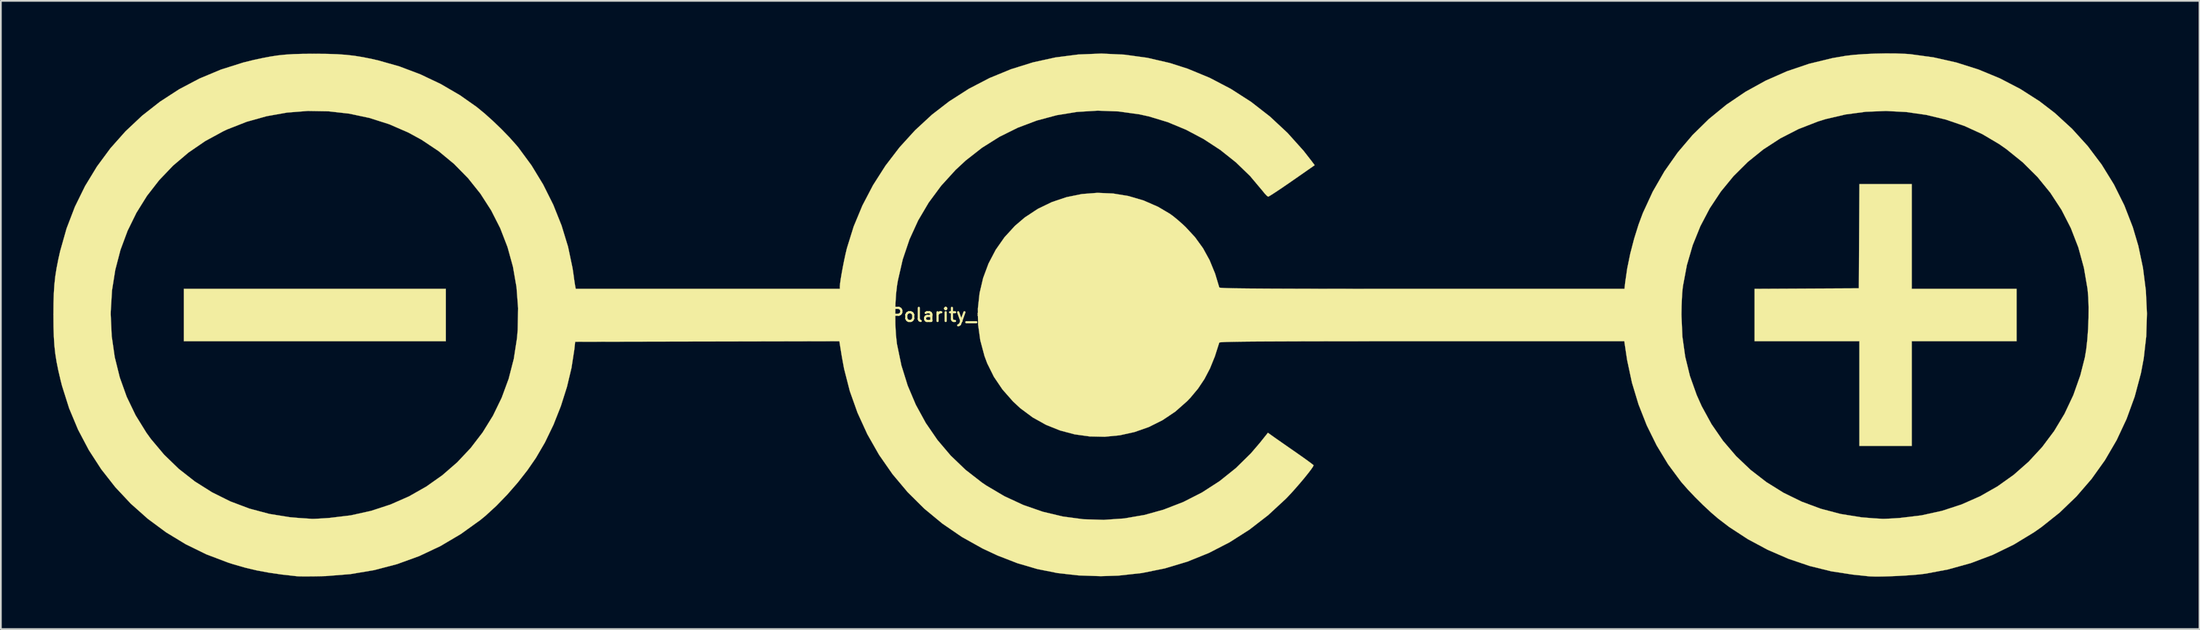
<source format=kicad_pcb>
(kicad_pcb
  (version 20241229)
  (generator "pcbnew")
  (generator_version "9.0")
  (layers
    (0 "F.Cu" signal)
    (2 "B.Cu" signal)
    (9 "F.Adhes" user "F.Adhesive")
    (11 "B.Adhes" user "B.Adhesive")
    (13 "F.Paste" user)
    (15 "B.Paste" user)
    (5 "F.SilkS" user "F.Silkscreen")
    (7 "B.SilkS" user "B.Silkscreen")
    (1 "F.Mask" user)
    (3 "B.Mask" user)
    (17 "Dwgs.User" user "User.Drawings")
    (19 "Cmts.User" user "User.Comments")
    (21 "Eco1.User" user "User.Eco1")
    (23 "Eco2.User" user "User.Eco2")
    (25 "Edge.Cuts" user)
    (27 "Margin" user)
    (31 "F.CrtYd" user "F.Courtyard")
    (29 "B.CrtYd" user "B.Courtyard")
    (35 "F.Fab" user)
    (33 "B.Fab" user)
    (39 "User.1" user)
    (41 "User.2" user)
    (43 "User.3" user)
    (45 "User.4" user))
  (footprint "Polarity_Center_Positive_30mm_SilkScreen"
    (layer "F.Cu")
    (at 59.821 14.971)
    (property "Reference" "Polarity_Center_Positive_30mm_SilkScreen" (at 0 0 0) (layer "F.SilkS") (effects (font (size 0.75 0.75) (thickness 0.125))))
    (attr exclude_from_pos_files exclude_from_bom allow_missing_courtyard)
    (fp_poly (pts (xy -37.382 1.498) (xy -52.36 1.498) (xy -52.36 -1.498) (xy -37.382 -1.498) (xy -37.382 1.498)) (stroke (width 0.01) (type solid)) (fill yes) (layer "F.SilkS"))
    (fp_poly (pts (xy 46.431 -1.498) (xy 52.423 -1.498) (xy 52.423 1.498) (xy 46.431 1.498) (xy 46.431 7.489) (xy 43.436 7.489) (xy 43.436 1.498) (xy 37.445 1.498) (xy 37.445 -1.497) (xy 40.425 -1.513) (xy 43.405 -1.529) (xy 43.421 -4.509) (xy 43.437 -7.489) (xy 46.431 -7.489) (xy 46.431 -1.498)) (stroke (width 0.01) (type solid)) (fill yes) (layer "F.SilkS"))
    (fp_poly (pts (xy 45.536 -14.962) (xy 46.078 -14.941) (xy 46.342 -14.922) (xy 47.673 -14.74) (xy 48.98 -14.446) (xy 50.25 -14.043) (xy 51.473 -13.536) (xy 52.638 -12.93) (xy 53.734 -12.229) (xy 54.607 -11.559) (xy 55.595 -10.653) (xy 56.491 -9.665) (xy 57.29 -8.602) (xy 57.988 -7.47) (xy 58.582 -6.275) (xy 59.068 -5.023) (xy 59.382 -3.963) (xy 59.649 -2.698) (xy 59.814 -1.399) (xy 59.876 -0.087) (xy 59.836 1.216) (xy 59.691 2.488) (xy 59.532 3.332) (xy 59.176 4.666) (xy 58.712 5.942) (xy 58.145 7.155) (xy 57.476 8.302) (xy 56.709 9.377) (xy 55.847 10.375) (xy 54.894 11.293) (xy 53.852 12.125) (xy 53.413 12.432) (xy 52.262 13.131) (xy 51.061 13.717) (xy 49.807 14.191) (xy 48.497 14.555) (xy 47.225 14.794) (xy 46.905 14.834) (xy 46.51 14.87) (xy 46.066 14.901) (xy 45.6 14.927) (xy 45.139 14.946) (xy 44.708 14.958) (xy 44.335 14.96) (xy 44.045 14.951) (xy 43.935 14.942) (xy 43.78 14.925) (xy 43.539 14.899) (xy 43.251 14.869) (xy 43.061 14.849) (xy 41.828 14.66) (xy 40.593 14.355) (xy 39.374 13.942) (xy 38.19 13.428) (xy 37.056 12.82) (xy 35.993 12.126) (xy 35.354 11.638) (xy 34.947 11.288) (xy 34.501 10.872) (xy 34.05 10.425) (xy 33.627 9.979) (xy 33.267 9.569) (xy 33.225 9.517) (xy 32.496 8.533) (xy 31.847 7.461) (xy 31.282 6.317) (xy 30.809 5.115) (xy 30.433 3.869) (xy 30.161 2.595) (xy 30.109 2.262) (xy 29.996 1.498) (xy 18.429 1.498) (xy 16.967 1.498) (xy 15.625 1.498) (xy 14.4 1.499) (xy 13.285 1.5) (xy 12.278 1.502) (xy 11.372 1.504) (xy 10.565 1.507) (xy 9.85 1.51) (xy 9.224 1.513) (xy 8.683 1.517) (xy 8.221 1.522) (xy 7.834 1.528) (xy 7.518 1.534) (xy 7.268 1.54) (xy 7.08 1.548) (xy 6.949 1.556) (xy 6.87 1.565) (xy 6.839 1.575) (xy 6.839 1.576) (xy 6.587 2.365) (xy 6.309 3.052) (xy 5.991 3.66) (xy 5.623 4.211) (xy 5.191 4.728) (xy 4.996 4.932) (xy 4.324 5.525) (xy 3.592 6.016) (xy 2.812 6.406) (xy 1.993 6.693) (xy 1.149 6.879) (xy 0.29 6.963) (xy -0.573 6.945) (xy -1.428 6.826) (xy -2.263 6.604) (xy -3.068 6.281) (xy -3.83 5.856) (xy -4.539 5.329) (xy -4.95 4.947) (xy -5.556 4.26) (xy -6.046 3.535) (xy -6.429 2.763) (xy -6.584 2.346) (xy -6.825 1.445) (xy -6.951 0.537) (xy -6.958 0.022) (xy 33.263 0.022) (xy 33.316 1.229) (xy 33.477 2.382) (xy 33.749 3.494) (xy 34.135 4.577) (xy 34.418 5.211) (xy 34.981 6.241) (xy 35.639 7.195) (xy 36.386 8.069) (xy 37.216 8.858) (xy 38.121 9.558) (xy 39.095 10.165) (xy 40.132 10.673) (xy 41.224 11.08) (xy 42.366 11.381) (xy 43.551 11.571) (xy 44.247 11.628) (xy 44.472 11.641) (xy 44.669 11.653) (xy 44.746 11.658) (xy 44.865 11.658) (xy 45.08 11.649) (xy 45.362 11.634) (xy 45.684 11.613) (xy 45.756 11.608) (xy 46.981 11.46) (xy 48.156 11.202) (xy 49.277 10.836) (xy 50.339 10.367) (xy 51.335 9.8) (xy 52.262 9.139) (xy 53.113 8.389) (xy 53.885 7.553) (xy 54.571 6.637) (xy 55.167 5.645) (xy 55.668 4.581) (xy 56.068 3.449) (xy 56.326 2.434) (xy 56.405 1.966) (xy 56.467 1.408) (xy 56.512 0.796) (xy 56.536 0.165) (xy 56.54 -0.452) (xy 56.522 -1.018) (xy 56.482 -1.481) (xy 56.273 -2.703) (xy 55.954 -3.868) (xy 55.526 -4.973) (xy 54.993 -6.016) (xy 54.355 -6.992) (xy 53.616 -7.899) (xy 52.776 -8.734) (xy 51.838 -9.492) (xy 51.424 -9.781) (xy 50.47 -10.346) (xy 49.448 -10.814) (xy 48.374 -11.182) (xy 47.258 -11.449) (xy 46.115 -11.613) (xy 44.956 -11.673) (xy 43.795 -11.627) (xy 42.646 -11.474) (xy 41.52 -11.212) (xy 41.064 -11.071) (xy 39.955 -10.639) (xy 38.914 -10.105) (xy 37.945 -9.475) (xy 37.052 -8.754) (xy 36.241 -7.948) (xy 35.516 -7.064) (xy 34.882 -6.107) (xy 34.344 -5.083) (xy 33.906 -3.997) (xy 33.573 -2.856) (xy 33.35 -1.665) (xy 33.329 -1.499) (xy 33.305 -1.243) (xy 33.286 -0.9) (xy 33.271 -0.511) (xy 33.264 -0.113) (xy 33.263 0.022) (xy -6.958 0.022) (xy -6.963 -0.367) (xy -6.865 -1.256) (xy -6.662 -2.119) (xy -6.354 -2.947) (xy -5.946 -3.727) (xy -5.441 -4.449) (xy -4.842 -5.103) (xy -4.287 -5.577) (xy -3.537 -6.072) (xy -2.734 -6.461) (xy -1.889 -6.744) (xy -1.016 -6.921) (xy -0.127 -6.99) (xy 0.766 -6.952) (xy 1.65 -6.806) (xy 2.511 -6.553) (xy 3.339 -6.191) (xy 4.025 -5.785) (xy 4.231 -5.632) (xy 4.486 -5.422) (xy 4.752 -5.186) (xy 4.914 -5.034) (xy 5.454 -4.45) (xy 5.908 -3.824) (xy 6.286 -3.137) (xy 6.6 -2.37) (xy 6.84 -1.576) (xy 6.865 -1.566) (xy 6.938 -1.557) (xy 7.062 -1.549) (xy 7.243 -1.541) (xy 7.486 -1.534) (xy 7.793 -1.528) (xy 8.171 -1.523) (xy 8.623 -1.518) (xy 9.155 -1.514) (xy 9.77 -1.51) (xy 10.473 -1.507) (xy 11.269 -1.504) (xy 12.162 -1.502) (xy 13.157 -1.501) (xy 14.258 -1.499) (xy 15.47 -1.498) (xy 16.797 -1.498) (xy 18.243 -1.498) (xy 18.433 -1.498) (xy 30.006 -1.498) (xy 30.049 -1.888) (xy 30.163 -2.67) (xy 30.336 -3.511) (xy 30.557 -4.363) (xy 30.813 -5.182) (xy 31.054 -5.829) (xy 31.622 -7.059) (xy 32.288 -8.216) (xy 33.048 -9.297) (xy 33.897 -10.296) (xy 34.829 -11.211) (xy 35.84 -12.037) (xy 36.924 -12.771) (xy 38.076 -13.407) (xy 39.291 -13.943) (xy 40.564 -14.374) (xy 41.889 -14.696) (xy 42.647 -14.827) (xy 43.125 -14.883) (xy 43.69 -14.925) (xy 44.305 -14.953) (xy 44.933 -14.966) (xy 45.536 -14.962)) (stroke (width 0.01) (type solid)) (fill yes) (layer "F.SilkS"))
    (fp_poly (pts (xy 1.411 -14.895) (xy 2.717 -14.716) (xy 4.006 -14.418) (xy 5.024 -14.093) (xy 6.294 -13.568) (xy 7.506 -12.933) (xy 8.655 -12.195) (xy 9.734 -11.356) (xy 10.737 -10.421) (xy 11.658 -9.396) (xy 12.127 -8.794) (xy 12.293 -8.571) (xy 11.001 -7.671) (xy 10.645 -7.425) (xy 10.321 -7.205) (xy 10.043 -7.02) (xy 9.826 -6.88) (xy 9.685 -6.794) (xy 9.635 -6.771) (xy 9.563 -6.818) (xy 9.445 -6.94) (xy 9.309 -7.108) (xy 8.6 -7.952) (xy 7.793 -8.732) (xy 6.904 -9.44) (xy 5.947 -10.066) (xy 4.937 -10.601) (xy 3.889 -11.036) (xy 2.818 -11.361) (xy 2.272 -11.481) (xy 1.077 -11.647) (xy -0.114 -11.692) (xy -1.294 -11.619) (xy -2.454 -11.431) (xy -3.585 -11.129) (xy -4.679 -10.717) (xy -5.727 -10.197) (xy -6.722 -9.572) (xy -7.654 -8.844) (xy -8.239 -8.301) (xy -9.061 -7.397) (xy -9.774 -6.434) (xy -10.378 -5.411) (xy -10.873 -4.327) (xy -11.259 -3.183) (xy -11.536 -1.977) (xy -11.585 -1.685) (xy -11.641 -1.204) (xy -11.676 -0.641) (xy -11.688 -0.037) (xy -11.679 0.57) (xy -11.647 1.138) (xy -11.594 1.629) (xy -11.586 1.676) (xy -11.336 2.881) (xy -10.976 4.037) (xy -10.51 5.137) (xy -9.942 6.175) (xy -9.276 7.145) (xy -8.516 8.041) (xy -7.666 8.856) (xy -6.73 9.584) (xy -6.49 9.747) (xy -5.449 10.363) (xy -4.365 10.866) (xy -3.247 11.254) (xy -2.102 11.526) (xy -0.939 11.681) (xy 0.233 11.718) (xy 1.407 11.636) (xy 2.573 11.434) (xy 3.647 11.135) (xy 4.777 10.698) (xy 5.849 10.152) (xy 6.855 9.503) (xy 7.788 8.756) (xy 8.643 7.915) (xy 9.157 7.315) (xy 9.62 6.735) (xy 9.912 6.944) (xy 10.056 7.046) (xy 10.281 7.203) (xy 10.564 7.401) (xy 10.884 7.624) (xy 11.218 7.855) (xy 11.528 8.073) (xy 11.8 8.266) (xy 12.018 8.426) (xy 12.167 8.539) (xy 12.231 8.594) (xy 12.232 8.597) (xy 12.192 8.682) (xy 12.082 8.841) (xy 11.915 9.059) (xy 11.707 9.318) (xy 11.47 9.6) (xy 11.219 9.89) (xy 10.969 10.17) (xy 10.732 10.423) (xy 10.643 10.514) (xy 9.631 11.45) (xy 8.557 12.28) (xy 7.425 13.001) (xy 6.239 13.612) (xy 5.006 14.11) (xy 3.728 14.493) (xy 2.412 14.759) (xy 1.062 14.907) (xy 0.062 14.939) (xy -1.21 14.895) (xy -2.413 14.76) (xy -3.57 14.529) (xy -4.702 14.197) (xy -5.833 13.758) (xy -6.693 13.356) (xy -7.877 12.695) (xy -8.989 11.933) (xy -10.025 11.077) (xy -10.978 10.132) (xy -11.842 9.103) (xy -12.612 7.997) (xy -13.282 6.819) (xy -13.843 5.593) (xy -14.285 4.35) (xy -14.612 3.073) (xy -14.742 2.368) (xy -14.882 1.497) (xy -29.987 1.529) (xy -30.034 1.966) (xy -30.197 3.024) (xy -30.458 4.115) (xy -30.805 5.21) (xy -31.228 6.279) (xy -31.717 7.292) (xy -32.232 8.175) (xy -32.717 8.877) (xy -33.272 9.586) (xy -33.872 10.274) (xy -34.493 10.915) (xy -35.109 11.48) (xy -35.403 11.722) (xy -36.522 12.526) (xy -37.688 13.215) (xy -38.903 13.789) (xy -40.166 14.248) (xy -41.477 14.592) (xy -42.835 14.82) (xy -44.241 14.933) (xy -44.528 14.941) (xy -44.909 14.948) (xy -45.265 14.951) (xy -45.568 14.951) (xy -45.793 14.947) (xy -45.901 14.941) (xy -46.747 14.846) (xy -47.5 14.737) (xy -48.191 14.608) (xy -48.851 14.452) (xy -49.511 14.263) (xy -49.833 14.16) (xy -51.076 13.688) (xy -52.258 13.109) (xy -53.375 12.43) (xy -54.421 11.656) (xy -55.391 10.793) (xy -56.28 9.845) (xy -57.083 8.82) (xy -57.793 7.723) (xy -58.407 6.559) (xy -58.919 5.334) (xy -59.324 4.053) (xy -59.406 3.731) (xy -59.535 3.179) (xy -59.635 2.684) (xy -59.709 2.215) (xy -59.761 1.742) (xy -59.793 1.236) (xy -59.811 0.665) (xy -59.816 0) (xy -59.816 -0.031) (xy -56.542 -0.031) (xy -56.484 1.209) (xy -56.311 2.41) (xy -56.024 3.568) (xy -55.627 4.677) (xy -55.119 5.733) (xy -54.503 6.73) (xy -54.24 7.094) (xy -53.485 7.992) (xy -52.646 8.803) (xy -51.73 9.521) (xy -50.747 10.141) (xy -49.705 10.66) (xy -48.611 11.073) (xy -47.475 11.376) (xy -46.304 11.564) (xy -45.839 11.605) (xy -45.547 11.625) (xy -45.292 11.642) (xy -45.105 11.655) (xy -45.027 11.661) (xy -44.921 11.659) (xy -44.718 11.65) (xy -44.443 11.634) (xy -44.124 11.613) (xy -44.032 11.606) (xy -42.819 11.46) (xy -41.654 11.202) (xy -40.542 10.838) (xy -39.488 10.374) (xy -38.499 9.813) (xy -37.578 9.162) (xy -36.731 8.426) (xy -35.963 7.61) (xy -35.28 6.719) (xy -34.686 5.758) (xy -34.188 4.732) (xy -33.789 3.648) (xy -33.496 2.509) (xy -33.312 1.321) (xy -33.272 0.843) (xy -33.249 -0.393) (xy -33.341 -1.598) (xy -33.544 -2.766) (xy -33.855 -3.891) (xy -34.271 -4.966) (xy -34.788 -5.985) (xy -35.403 -6.942) (xy -36.113 -7.831) (xy -36.913 -8.646) (xy -37.8 -9.38) (xy -38.772 -10.028) (xy -39.537 -10.445) (xy -40.623 -10.916) (xy -41.751 -11.275) (xy -42.911 -11.521) (xy -44.089 -11.654) (xy -45.276 -11.674) (xy -46.459 -11.581) (xy -47.627 -11.374) (xy -48.768 -11.055) (xy -49.872 -10.622) (xy -50.099 -10.516) (xy -51.14 -9.95) (xy -52.1 -9.291) (xy -52.978 -8.545) (xy -53.768 -7.718) (xy -54.468 -6.817) (xy -55.072 -5.848) (xy -55.578 -4.817) (xy -55.982 -3.729) (xy -56.279 -2.592) (xy -56.467 -1.412) (xy -56.54 -0.194) (xy -56.542 -0.031) (xy -59.816 -0.031) (xy -59.811 -0.664) (xy -59.794 -1.234) (xy -59.761 -1.741) (xy -59.71 -2.214) (xy -59.636 -2.684) (xy -59.538 -3.182) (xy -59.433 -3.651) (xy -59.065 -4.951) (xy -58.588 -6.195) (xy -58.007 -7.378) (xy -57.328 -8.495) (xy -56.556 -9.541) (xy -55.695 -10.51) (xy -54.75 -11.399) (xy -53.728 -12.201) (xy -52.633 -12.912) (xy -51.47 -13.526) (xy -50.244 -14.039) (xy -48.961 -14.445) (xy -48.366 -14.592) (xy -47.853 -14.702) (xy -47.399 -14.788) (xy -46.975 -14.852) (xy -46.55 -14.896) (xy -46.096 -14.925) (xy -45.582 -14.94) (xy -44.979 -14.945) (xy -44.84 -14.945) (xy -44.172 -14.939) (xy -43.596 -14.92) (xy -43.083 -14.884) (xy -42.602 -14.829) (xy -42.12 -14.751) (xy -41.607 -14.647) (xy -41.255 -14.567) (xy -40.037 -14.222) (xy -38.837 -13.768) (xy -37.677 -13.217) (xy -36.58 -12.578) (xy -35.625 -11.907) (xy -35.171 -11.535) (xy -34.683 -11.097) (xy -34.192 -10.624) (xy -33.731 -10.148) (xy -33.332 -9.699) (xy -33.233 -9.58) (xy -32.483 -8.56) (xy -31.817 -7.465) (xy -31.241 -6.312) (xy -30.764 -5.119) (xy -30.393 -3.903) (xy -30.136 -2.681) (xy -30.081 -2.309) (xy -30.046 -2.048) (xy -30.012 -1.82) (xy -29.987 -1.665) (xy -29.982 -1.638) (xy -29.953 -1.498) (xy -14.853 -1.498) (xy -14.853 -1.646) (xy -14.84 -1.807) (xy -14.804 -2.062) (xy -14.75 -2.383) (xy -14.684 -2.743) (xy -14.611 -3.113) (xy -14.535 -3.467) (xy -14.462 -3.776) (xy -14.448 -3.831) (xy -14.064 -5.064) (xy -13.564 -6.267) (xy -12.956 -7.43) (xy -12.247 -8.541) (xy -11.444 -9.59) (xy -10.555 -10.567) (xy -9.588 -11.461) (xy -8.609 -12.218) (xy -7.48 -12.941) (xy -6.298 -13.556) (xy -5.072 -14.06) (xy -3.811 -14.454) (xy -2.524 -14.736) (xy -1.218 -14.904) (xy 0.096 -14.957) (xy 1.411 -14.895)) (stroke (width 0.01) (type solid)) (fill yes) (layer "F.SilkS")))
  (gr_rect
    (start -3 -3)
    (end 122.702 32.935)
    (stroke (width 0.1) (type default))
    (fill no)
    (layer "Edge.Cuts")))
</source>
